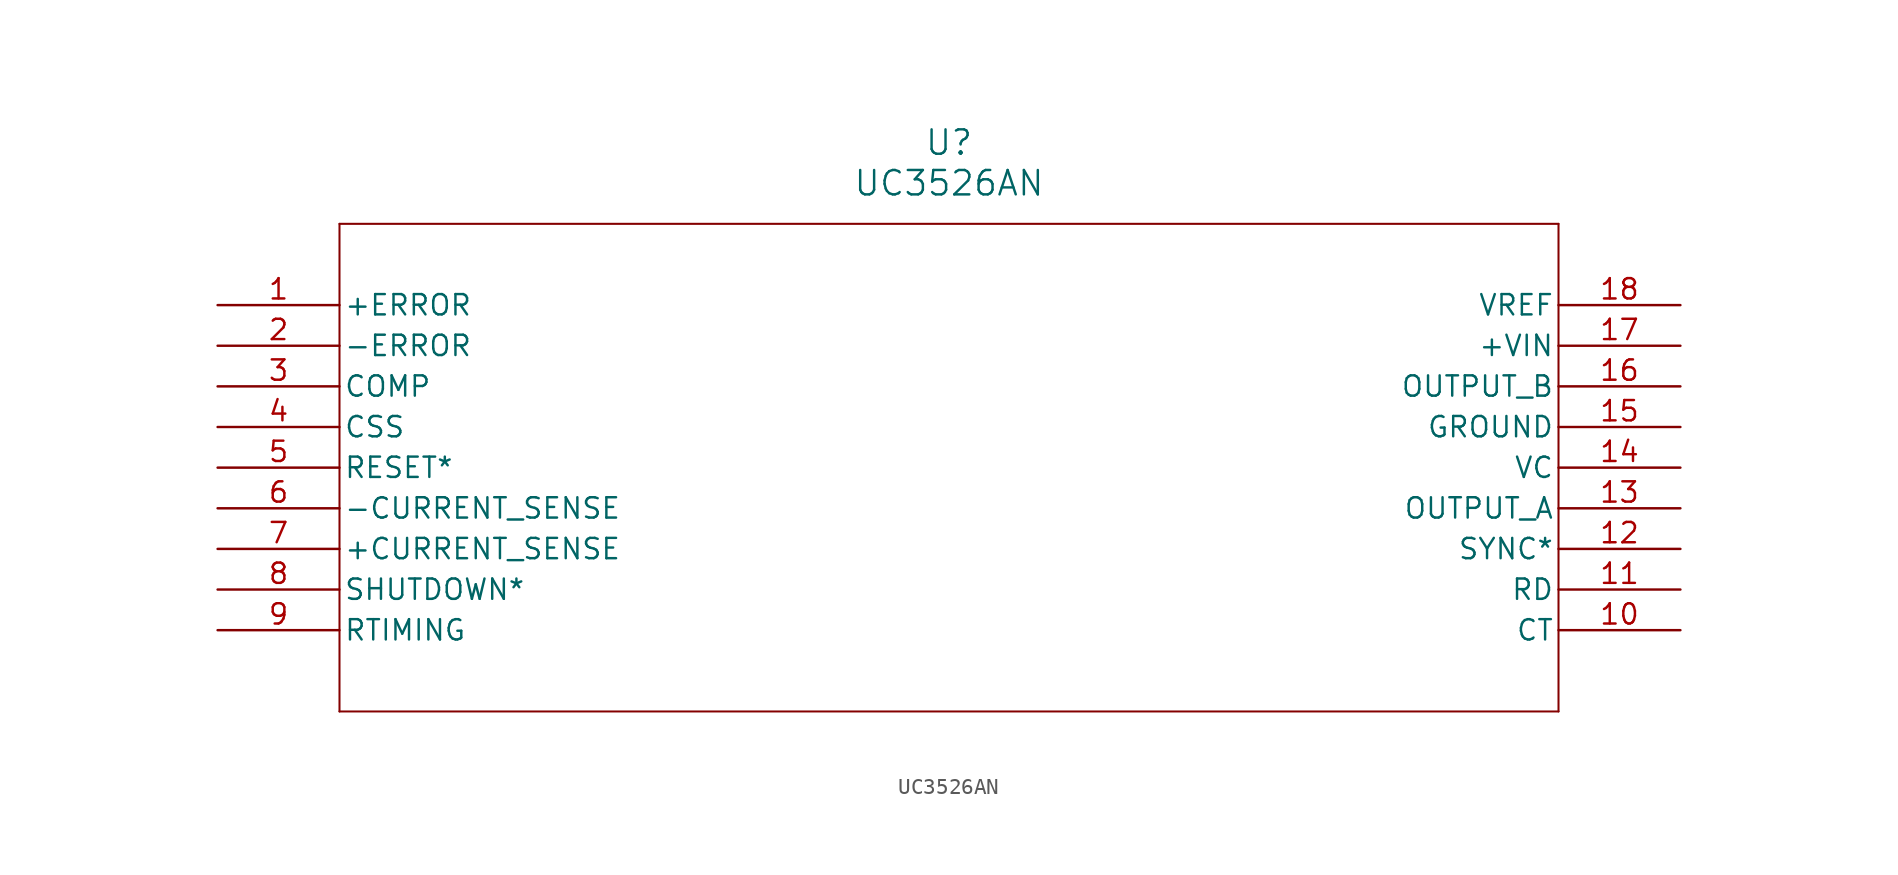
<source format=kicad_sym>
(kicad_symbol_lib
  (version 20211014)
  (generator kicad_symbol_editor)
  (symbol "UC3526AN"
    (pin_names
      (offset 0.254))
    (property "Reference" "U"
      (at 45.72 10.16 0)
      (effects (font (size 1.524 1.524))))
    (property "Value" "UC3526AN"
      (at 45.72 7.62 0)
      (effects (font (size 1.524 1.524))))
    (symbol "UC3526AN_0_1"
      (polyline (pts (xy 7.62 5.08) (xy 7.62 -25.4)) (stroke (width 0.127) (type default) (color 0 0 0 0)) (fill (type none)))
      (polyline (pts (xy 7.62 -25.4) (xy 83.82 -25.4)) (stroke (width 0.127) (type default) (color 0 0 0 0)) (fill (type none)))
      (polyline (pts (xy 83.82 -25.4) (xy 83.82 5.08)) (stroke (width 0.127) (type default) (color 0 0 0 0)) (fill (type none)))
      (polyline (pts (xy 83.82 5.08) (xy 7.62 5.08)) (stroke (width 0.127) (type default) (color 0 0 0 0)) (fill (type none)))
      (pin unspecified line (at 0 0 0) (length 7.62) (name "+ERROR" (effects (font (size 1.27 1.27)))) (number "1" (effects (font (size 1.27 1.27)))))
      (pin unspecified line (at 0 -2.54 0) (length 7.62) (name "-ERROR" (effects (font (size 1.27 1.27)))) (number "2" (effects (font (size 1.27 1.27)))))
      (pin unspecified line (at 0 -5.08 0) (length 7.62) (name "COMP" (effects (font (size 1.27 1.27)))) (number "3" (effects (font (size 1.27 1.27)))))
      (pin unspecified line (at 0 -7.62 0) (length 7.62) (name "CSS" (effects (font (size 1.27 1.27)))) (number "4" (effects (font (size 1.27 1.27)))))
      (pin unspecified line (at 0 -10.16 0) (length 7.62) (name "RESET*" (effects (font (size 1.27 1.27)))) (number "5" (effects (font (size 1.27 1.27)))))
      (pin unspecified line (at 0 -12.7 0) (length 7.62) (name "-CURRENT SENSE" (effects (font (size 1.27 1.27)))) (number "6" (effects (font (size 1.27 1.27)))))
      (pin unspecified line (at 0 -15.24 0) (length 7.62) (name "+CURRENT SENSE" (effects (font (size 1.27 1.27)))) (number "7" (effects (font (size 1.27 1.27)))))
      (pin unspecified line (at 0 -17.78 0) (length 7.62) (name "SHUTDOWN*" (effects (font (size 1.27 1.27)))) (number "8" (effects (font (size 1.27 1.27)))))
      (pin unspecified line (at 0 -20.32 0) (length 7.62) (name "RTIMING" (effects (font (size 1.27 1.27)))) (number "9" (effects (font (size 1.27 1.27)))))
      (pin unspecified line (at 91.44 -20.32 180) (length 7.62) (name "CT" (effects (font (size 1.27 1.27)))) (number "10" (effects (font (size 1.27 1.27)))))
      (pin unspecified line (at 91.44 -17.78 180) (length 7.62) (name "RD" (effects (font (size 1.27 1.27)))) (number "11" (effects (font (size 1.27 1.27)))))
      (pin unspecified line (at 91.44 -15.24 180) (length 7.62) (name "SYNC*" (effects (font (size 1.27 1.27)))) (number "12" (effects (font (size 1.27 1.27)))))
      (pin output line (at 91.44 -12.7 180) (length 7.62) (name "OUTPUT A" (effects (font (size 1.27 1.27)))) (number "13" (effects (font (size 1.27 1.27)))))
      (pin power_in line (at 91.44 -10.16 180) (length 7.62) (name "VC" (effects (font (size 1.27 1.27)))) (number "14" (effects (font (size 1.27 1.27)))))
      (pin power_in line (at 91.44 -7.62 180) (length 7.62) (name "GROUND" (effects (font (size 1.27 1.27)))) (number "15" (effects (font (size 1.27 1.27)))))
      (pin output line (at 91.44 -5.08 180) (length 7.62) (name "OUTPUT B" (effects (font (size 1.27 1.27)))) (number "16" (effects (font (size 1.27 1.27)))))
      (pin unspecified line (at 91.44 -2.54 180) (length 7.62) (name "+VIN" (effects (font (size 1.27 1.27)))) (number "17" (effects (font (size 1.27 1.27)))))
      (pin unspecified line (at 91.44 0 180) (length 7.62) (name "VREF" (effects (font (size 1.27 1.27)))) (number "18" (effects (font (size 1.27 1.27))))))))
</source>
